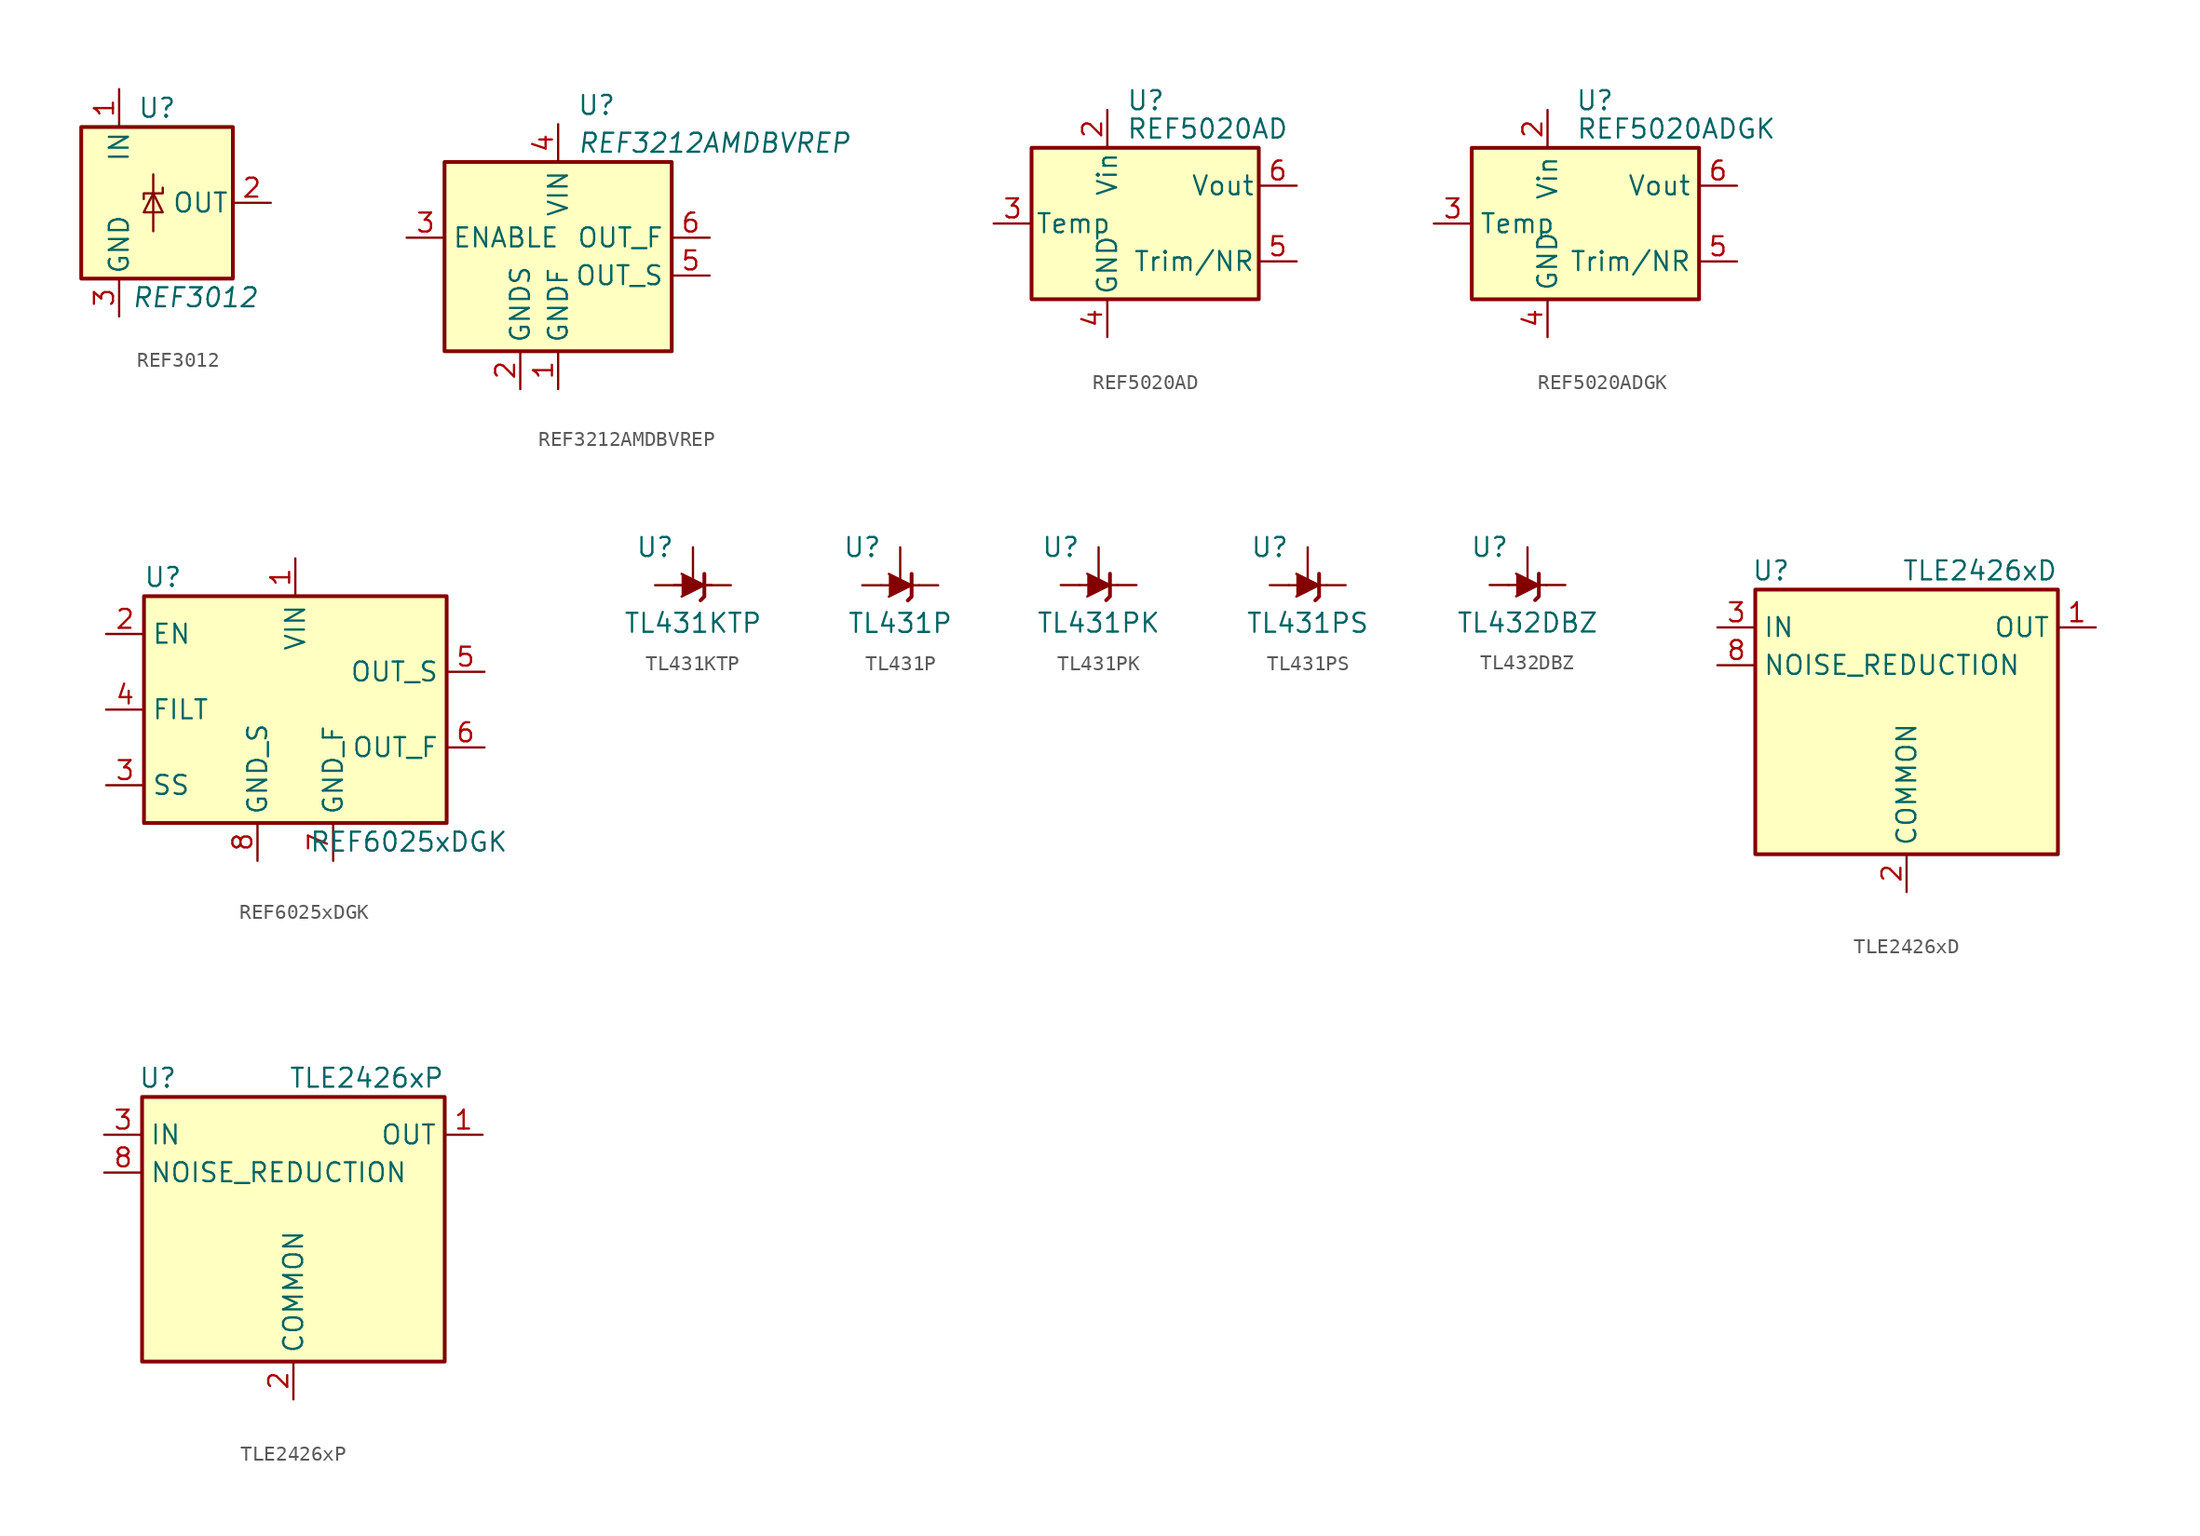
<source format=kicad_sym>
(kicad_symbol_lib
  (version 20220914)
  (generator kicad_symbol_editor)
  (symbol "REF3012"
    (pin_names
      (offset 0.254))
    (property "Reference" "U"
      (at 0 6.35 0)
      (effects (font (size 1.27 1.27))))
    (property "Value" "REF3012"
      (at 2.54 -6.35 0)
      (effects (font (size 1.27 1.27) italic)))
    (symbol "REF3012_0_1"
      (rectangle (start -5.08 5.08) (end 5.08 -5.08) (stroke (width 0.254) (type default)) (fill (type background)))
      (polyline (pts (xy -0.254 1.905) (xy -0.254 -1.905)) (stroke (width 0) (type default)) (fill (type none)))
      (polyline (pts (xy -0.889 -0.635) (xy 0.381 -0.635) (xy -0.254 0.635) (xy -0.889 -0.635)) (stroke (width 0) (type default)) (fill (type none)))
      (polyline (pts (xy 0.381 1.016) (xy 0.381 0.635) (xy -0.889 0.635) (xy -0.889 0.254)) (stroke (width 0) (type default)) (fill (type none))))
    (symbol "REF3012_1_1"
      (pin power_in line (at -2.54 7.62 270) (length 2.54) (name "IN" (effects (font (size 1.27 1.27)))) (number "1" (effects (font (size 1.27 1.27)))))
      (pin power_out line (at 7.62 0 180) (length 2.54) (name "OUT" (effects (font (size 1.27 1.27)))) (number "2" (effects (font (size 1.27 1.27)))))
      (pin power_in line (at -2.54 -7.62 90) (length 2.54) (name "GND" (effects (font (size 1.27 1.27)))) (number "3" (effects (font (size 1.27 1.27)))))))
  (symbol "REF3212AMDBVREP"
    (property "Reference" "U"
      (at 1.27 8.89 0)
      (effects (font (size 1.27 1.27)) (justify left)))
    (property "Value" "REF3212AMDBVREP"
      (at 1.27 6.35 0)
      (effects (font (size 1.27 1.27) italic) (justify left)))
    (symbol "REF3212AMDBVREP_0_1"
      (rectangle (start -7.62 5.08) (end 7.62 -7.62) (stroke (width 0.254) (type default)) (fill (type background))))
    (symbol "REF3212AMDBVREP_1_1"
      (pin power_in line (at 0 -10.16 90) (length 2.54) (name "GNDF" (effects (font (size 1.27 1.27)))) (number "1" (effects (font (size 1.27 1.27)))))
      (pin input line (at -2.54 -10.16 90) (length 2.54) (name "GNDS" (effects (font (size 1.27 1.27)))) (number "2" (effects (font (size 1.27 1.27)))))
      (pin input line (at -10.16 0 0) (length 2.54) (name "ENABLE" (effects (font (size 1.27 1.27)))) (number "3" (effects (font (size 1.27 1.27)))))
      (pin power_in line (at 0 7.62 270) (length 2.54) (name "VIN" (effects (font (size 1.27 1.27)))) (number "4" (effects (font (size 1.27 1.27)))))
      (pin input line (at 10.16 -2.54 180) (length 2.54) (name "OUT_S" (effects (font (size 1.27 1.27)))) (number "5" (effects (font (size 1.27 1.27)))))
      (pin output line (at 10.16 0 180) (length 2.54) (name "OUT_F" (effects (font (size 1.27 1.27)))) (number "6" (effects (font (size 1.27 1.27)))))))
  (symbol "REF5020AD"
    (pin_names
      (offset 0.254))
    (property "Reference" "U"
      (at -1.27 8.255 0)
      (effects (font (size 1.27 1.27)) (justify left)))
    (property "Value" "REF5020AD"
      (at -1.27 6.35 0)
      (effects (font (size 1.27 1.27)) (justify left)))
    (symbol "REF5020AD_0_1"
      (rectangle (start -7.62 5.08) (end 7.62 -5.08) (stroke (width 0.254) (type default)) (fill (type background))))
    (symbol "REF5020AD_1_1"
      (pin no_connect line (at -7.62 2.54 0) (length 2.54) hide (name "DNC" (effects (font (size 1.27 1.27)))) (number "1" (effects (font (size 1.27 1.27)))))
      (pin power_in line (at -2.54 7.62 270) (length 2.54) (name "Vin" (effects (font (size 1.27 1.27)))) (number "2" (effects (font (size 1.27 1.27)))))
      (pin passive line (at -10.16 0 0) (length 2.54) (name "Temp" (effects (font (size 1.27 1.27)))) (number "3" (effects (font (size 1.27 1.27)))))
      (pin power_in line (at -2.54 -7.62 90) (length 2.54) (name "GND" (effects (font (size 1.27 1.27)))) (number "4" (effects (font (size 1.27 1.27)))))
      (pin passive line (at 10.16 -2.54 180) (length 2.54) (name "Trim/NR" (effects (font (size 1.27 1.27)))) (number "5" (effects (font (size 1.27 1.27)))))
      (pin power_out line (at 10.16 2.54 180) (length 2.54) (name "Vout" (effects (font (size 1.27 1.27)))) (number "6" (effects (font (size 1.27 1.27)))))
      (pin no_connect line (at -5.08 -5.08 90) (length 2.54) hide (name "NC" (effects (font (size 1.27 1.27)))) (number "7" (effects (font (size 1.27 1.27)))))
      (pin no_connect line (at 7.62 0 180) (length 2.54) hide (name "DNC" (effects (font (size 1.27 1.27)))) (number "8" (effects (font (size 1.27 1.27)))))))
  (symbol "REF5020ADGK"
    (property "Reference" "U"
      (at 0.635 8.255 0)
      (effects (font (size 1.27 1.27))))
    (property "Value" "REF5020ADGK"
      (at -0.635 6.35 0)
      (effects (font (size 1.27 1.27)) (justify left)))
    (symbol "REF5020ADGK_0_1"
      (rectangle (start -7.62 5.08) (end 7.62 -5.08) (stroke (width 0.254) (type default)) (fill (type background))))
    (symbol "REF5020ADGK_1_1"
      (pin no_connect line (at -7.62 2.54 0) (length 2.54) hide (name "DNC" (effects (font (size 1.27 1.27)))) (number "1" (effects (font (size 1.27 1.27)))))
      (pin power_in line (at -2.54 7.62 270) (length 2.54) (name "Vin" (effects (font (size 1.27 1.27)))) (number "2" (effects (font (size 1.27 1.27)))))
      (pin passive line (at -10.16 0 0) (length 2.54) (name "Temp" (effects (font (size 1.27 1.27)))) (number "3" (effects (font (size 1.27 1.27)))))
      (pin power_in line (at -2.54 -7.62 90) (length 2.54) (name "GND" (effects (font (size 1.27 1.27)))) (number "4" (effects (font (size 1.27 1.27)))))
      (pin passive line (at 10.16 -2.54 180) (length 2.54) (name "Trim/NR" (effects (font (size 1.27 1.27)))) (number "5" (effects (font (size 1.27 1.27)))))
      (pin power_out line (at 10.16 2.54 180) (length 2.54) (name "Vout" (effects (font (size 1.27 1.27)))) (number "6" (effects (font (size 1.27 1.27)))))
      (pin no_connect line (at -5.08 -5.08 90) (length 2.54) hide (name "NC" (effects (font (size 1.27 1.27)))) (number "7" (effects (font (size 1.27 1.27)))))
      (pin no_connect line (at 7.62 0 180) (length 2.54) hide (name "DNC" (effects (font (size 1.27 1.27)))) (number "8" (effects (font (size 1.27 1.27)))))))
  (symbol "REF6025xDGK"
    (property "Reference" "U"
      (at -8.89 8.89 0)
      (effects (font (size 1.27 1.27))))
    (property "Value" "REF6025xDGK"
      (at 7.62 -8.89 0)
      (effects (font (size 1.27 1.27))))
    (symbol "REF6025xDGK_0_1"
      (rectangle (start -10.16 7.62) (end 10.16 -7.62) (stroke (width 0.254) (type default)) (fill (type background))))
    (symbol "REF6025xDGK_1_1"
      (pin power_in line (at 0 10.16 270) (length 2.54) (name "VIN" (effects (font (size 1.27 1.27)))) (number "1" (effects (font (size 1.27 1.27)))))
      (pin input line (at -12.7 5.08 0) (length 2.54) (name "EN" (effects (font (size 1.27 1.27)))) (number "2" (effects (font (size 1.27 1.27)))))
      (pin passive line (at -12.7 -5.08 0) (length 2.54) (name "SS" (effects (font (size 1.27 1.27)))) (number "3" (effects (font (size 1.27 1.27)))))
      (pin passive line (at -12.7 0 0) (length 2.54) (name "FILT" (effects (font (size 1.27 1.27)))) (number "4" (effects (font (size 1.27 1.27)))))
      (pin input line (at 12.7 2.54 180) (length 2.54) (name "OUT_S" (effects (font (size 1.27 1.27)))) (number "5" (effects (font (size 1.27 1.27)))))
      (pin output line (at 12.7 -2.54 180) (length 2.54) (name "OUT_F" (effects (font (size 1.27 1.27)))) (number "6" (effects (font (size 1.27 1.27)))))
      (pin power_in line (at 2.54 -10.16 90) (length 2.54) (name "GND_F" (effects (font (size 1.27 1.27)))) (number "7" (effects (font (size 1.27 1.27)))))
      (pin power_in line (at -2.54 -10.16 90) (length 2.54) (name "GND_S" (effects (font (size 1.27 1.27)))) (number "8" (effects (font (size 1.27 1.27)))))))
  (symbol "TL431KTP"
    (pin_numbers hide)
    (pin_names hide)
    (property "Reference" "U"
      (at -2.54 2.54 0)
      (effects (font (size 1.27 1.27))))
    (property "Value" "TL431KTP"
      (at 0 -2.54 0)
      (effects (font (size 1.27 1.27))))
    (symbol "TL431KTP_0_1"
      (polyline (pts (xy -1.27 0) (xy 0 0) (xy 1.27 0)) (stroke (width 0) (type default)) (fill (type none)))
      (polyline (pts (xy -0.762 0.762) (xy 0.762 0) (xy -0.762 -0.762)) (stroke (width 0) (type default)) (fill (type outline)))
      (polyline (pts (xy 0.508 -1.016) (xy 0.762 -0.762) (xy 0.762 0.762) (xy 0.762 0.762)) (stroke (width 0.254) (type default)) (fill (type none))))
    (symbol "TL431KTP_1_1"
      (pin passive line (at 0 2.54 270) (length 2.54) (name "REF" (effects (font (size 1.27 1.27)))) (number "1" (effects (font (size 1.27 1.27)))))
      (pin passive line (at -2.54 0 0) (length 2.54) (name "A" (effects (font (size 1.27 1.27)))) (number "2" (effects (font (size 1.27 1.27)))))
      (pin passive line (at 2.54 0 180) (length 2.54) (name "K" (effects (font (size 1.27 1.27)))) (number "3" (effects (font (size 1.27 1.27)))))))
  (symbol "TL431P"
    (pin_numbers hide)
    (pin_names hide)
    (property "Reference" "U"
      (at -2.54 2.54 0)
      (effects (font (size 1.27 1.27))))
    (property "Value" "TL431P"
      (at 0 -2.54 0)
      (effects (font (size 1.27 1.27))))
    (symbol "TL431P_0_1"
      (polyline (pts (xy -1.27 0) (xy 0 0) (xy 1.27 0)) (stroke (width 0) (type default)) (fill (type none)))
      (polyline (pts (xy -0.762 0.762) (xy 0.762 0) (xy -0.762 -0.762)) (stroke (width 0) (type default)) (fill (type outline)))
      (polyline (pts (xy 0.508 -1.016) (xy 0.762 -0.762) (xy 0.762 0.762) (xy 0.762 0.762)) (stroke (width 0.254) (type default)) (fill (type none))))
    (symbol "TL431P_1_1"
      (pin passive line (at 2.54 0 180) (length 1.27) (name "K" (effects (font (size 1.27 1.27)))) (number "1" (effects (font (size 1.27 1.27)))))
      (pin passive line (at -2.54 0 0) (length 1.27) (name "A" (effects (font (size 1.27 1.27)))) (number "6" (effects (font (size 1.27 1.27)))))
      (pin passive line (at 0 2.54 270) (length 2.54) (name "REF" (effects (font (size 1.27 1.27)))) (number "8" (effects (font (size 1.27 1.27)))))))
  (symbol "TL431PK"
    (pin_numbers hide)
    (pin_names hide)
    (property "Reference" "U"
      (at -2.54 2.54 0)
      (effects (font (size 1.27 1.27))))
    (property "Value" "TL431PK"
      (at 0 -2.54 0)
      (effects (font (size 1.27 1.27))))
    (symbol "TL431PK_0_1"
      (polyline (pts (xy -1.27 0) (xy 0 0) (xy 1.27 0)) (stroke (width 0) (type default)) (fill (type none)))
      (polyline (pts (xy -0.762 0.762) (xy 0.762 0) (xy -0.762 -0.762)) (stroke (width 0) (type default)) (fill (type outline)))
      (polyline (pts (xy 0.508 -1.016) (xy 0.762 -0.762) (xy 0.762 0.762) (xy 0.762 0.762)) (stroke (width 0.254) (type default)) (fill (type none))))
    (symbol "TL431PK_1_1"
      (pin passive line (at 0 2.54 270) (length 2.54) (name "REF" (effects (font (size 1.27 1.27)))) (number "1" (effects (font (size 1.27 1.27)))))
      (pin passive line (at -2.54 0 0) (length 1.27) (name "A" (effects (font (size 1.27 1.27)))) (number "2" (effects (font (size 1.27 1.27)))))
      (pin passive line (at 2.54 0 180) (length 1.27) (name "K" (effects (font (size 1.27 1.27)))) (number "3" (effects (font (size 1.27 1.27)))))))
  (symbol "TL431PS"
    (pin_numbers hide)
    (pin_names hide)
    (property "Reference" "U"
      (at -2.54 2.54 0)
      (effects (font (size 1.27 1.27))))
    (property "Value" "TL431PS"
      (at 0 -2.54 0)
      (effects (font (size 1.27 1.27))))
    (symbol "TL431PS_0_1"
      (polyline (pts (xy -1.27 0) (xy 0 0) (xy 1.27 0)) (stroke (width 0) (type default)) (fill (type none)))
      (polyline (pts (xy -0.762 0.762) (xy 0.762 0) (xy -0.762 -0.762)) (stroke (width 0) (type default)) (fill (type outline)))
      (polyline (pts (xy 0.508 -1.016) (xy 0.762 -0.762) (xy 0.762 0.762) (xy 0.762 0.762)) (stroke (width 0.254) (type default)) (fill (type none))))
    (symbol "TL431PS_1_1"
      (pin passive line (at 2.54 0 180) (length 1.27) (name "K" (effects (font (size 1.27 1.27)))) (number "1" (effects (font (size 1.27 1.27)))))
      (pin passive line (at -2.54 0 0) (length 1.27) (name "A" (effects (font (size 1.27 1.27)))) (number "6" (effects (font (size 1.27 1.27)))))
      (pin passive line (at 0 2.54 270) (length 2.54) (name "REF" (effects (font (size 1.27 1.27)))) (number "8" (effects (font (size 1.27 1.27)))))))
  (symbol "TL432DBZ"
    (pin_numbers hide)
    (pin_names hide)
    (property "Reference" "U"
      (at -2.54 2.54 0)
      (effects (font (size 1.27 1.27))))
    (property "Value" "TL432DBZ"
      (at 0 -2.54 0)
      (effects (font (size 1.27 1.27))))
    (symbol "TL432DBZ_0_1"
      (polyline (pts (xy -1.27 0) (xy 0 0) (xy 1.27 0)) (stroke (width 0) (type default)) (fill (type none)))
      (polyline (pts (xy -0.762 0.762) (xy 0.762 0) (xy -0.762 -0.762)) (stroke (width 0) (type default)) (fill (type outline)))
      (polyline (pts (xy 0.508 -1.016) (xy 0.762 -0.762) (xy 0.762 0.762) (xy 0.762 0.762)) (stroke (width 0.254) (type default)) (fill (type none))))
    (symbol "TL432DBZ_1_1"
      (pin passive line (at 0 2.54 270) (length 2.54) (name "REF" (effects (font (size 1.27 1.27)))) (number "1" (effects (font (size 1.27 1.27)))))
      (pin passive line (at 2.54 0 180) (length 1.27) (name "K" (effects (font (size 1.27 1.27)))) (number "2" (effects (font (size 1.27 1.27)))))
      (pin passive line (at -2.54 0 0) (length 1.27) (name "A" (effects (font (size 1.27 1.27)))) (number "3" (effects (font (size 1.27 1.27)))))))
  (symbol "TLE2426xD"
    (property "Reference" "U"
      (at -10.414 8.89 0)
      (effects (font (size 1.27 1.27)) (justify left)))
    (property "Value" "TLE2426xD"
      (at 10.16 8.89 0)
      (effects (font (size 1.27 1.27)) (justify right)))
    (symbol "TLE2426xD_0_1"
      (rectangle (start -10.16 7.62) (end 10.16 -10.16) (stroke (width 0.254) (type default)) (fill (type background))))
    (symbol "TLE2426xD_1_1"
      (pin power_out line (at 12.7 5.08 180) (length 2.54) (name "OUT" (effects (font (size 1.27 1.27)))) (number "1" (effects (font (size 1.27 1.27)))))
      (pin power_in line (at 0 -12.7 90) (length 2.54) (name "COMMON" (effects (font (size 1.27 1.27)))) (number "2" (effects (font (size 1.27 1.27)))))
      (pin power_in line (at -12.7 5.08 0) (length 2.54) (name "IN" (effects (font (size 1.27 1.27)))) (number "3" (effects (font (size 1.27 1.27)))))
      (pin no_connect line (at -10.16 0 0) (length 2.54) hide (name "NC" (effects (font (size 1.27 1.27)))) (number "4" (effects (font (size 1.27 1.27)))))
      (pin no_connect line (at -10.16 -2.54 0) (length 2.54) hide (name "NC" (effects (font (size 1.27 1.27)))) (number "5" (effects (font (size 1.27 1.27)))))
      (pin no_connect line (at 10.16 0 180) (length 2.54) hide (name "NC" (effects (font (size 1.27 1.27)))) (number "6" (effects (font (size 1.27 1.27)))))
      (pin no_connect line (at 10.16 -2.54 180) (length 2.54) hide (name "NC" (effects (font (size 1.27 1.27)))) (number "7" (effects (font (size 1.27 1.27)))))
      (pin passive line (at -12.7 2.54 0) (length 2.54) (name "NOISE_REDUCTION" (effects (font (size 1.27 1.27)))) (number "8" (effects (font (size 1.27 1.27)))))))
  (symbol "TLE2426xP"
    (property "Reference" "U"
      (at -10.414 8.89 0)
      (effects (font (size 1.27 1.27)) (justify left)))
    (property "Value" "TLE2426xP"
      (at 10.16 8.89 0)
      (effects (font (size 1.27 1.27)) (justify right)))
    (symbol "TLE2426xP_0_1"
      (rectangle (start -10.16 7.62) (end 10.16 -10.16) (stroke (width 0.254) (type default)) (fill (type background))))
    (symbol "TLE2426xP_1_1"
      (pin power_out line (at 12.7 5.08 180) (length 2.54) (name "OUT" (effects (font (size 1.27 1.27)))) (number "1" (effects (font (size 1.27 1.27)))))
      (pin power_in line (at 0 -12.7 90) (length 2.54) (name "COMMON" (effects (font (size 1.27 1.27)))) (number "2" (effects (font (size 1.27 1.27)))))
      (pin power_in line (at -12.7 5.08 0) (length 2.54) (name "IN" (effects (font (size 1.27 1.27)))) (number "3" (effects (font (size 1.27 1.27)))))
      (pin no_connect line (at -10.16 0 0) (length 2.54) hide (name "NC" (effects (font (size 1.27 1.27)))) (number "4" (effects (font (size 1.27 1.27)))))
      (pin no_connect line (at -10.16 -2.54 0) (length 2.54) hide (name "NC" (effects (font (size 1.27 1.27)))) (number "5" (effects (font (size 1.27 1.27)))))
      (pin no_connect line (at 10.16 0 180) (length 2.54) hide (name "NC" (effects (font (size 1.27 1.27)))) (number "6" (effects (font (size 1.27 1.27)))))
      (pin no_connect line (at 10.16 -2.54 180) (length 2.54) hide (name "NC" (effects (font (size 1.27 1.27)))) (number "7" (effects (font (size 1.27 1.27)))))
      (pin passive line (at -12.7 2.54 0) (length 2.54) (name "NOISE_REDUCTION" (effects (font (size 1.27 1.27)))) (number "8" (effects (font (size 1.27 1.27))))))))
</source>
